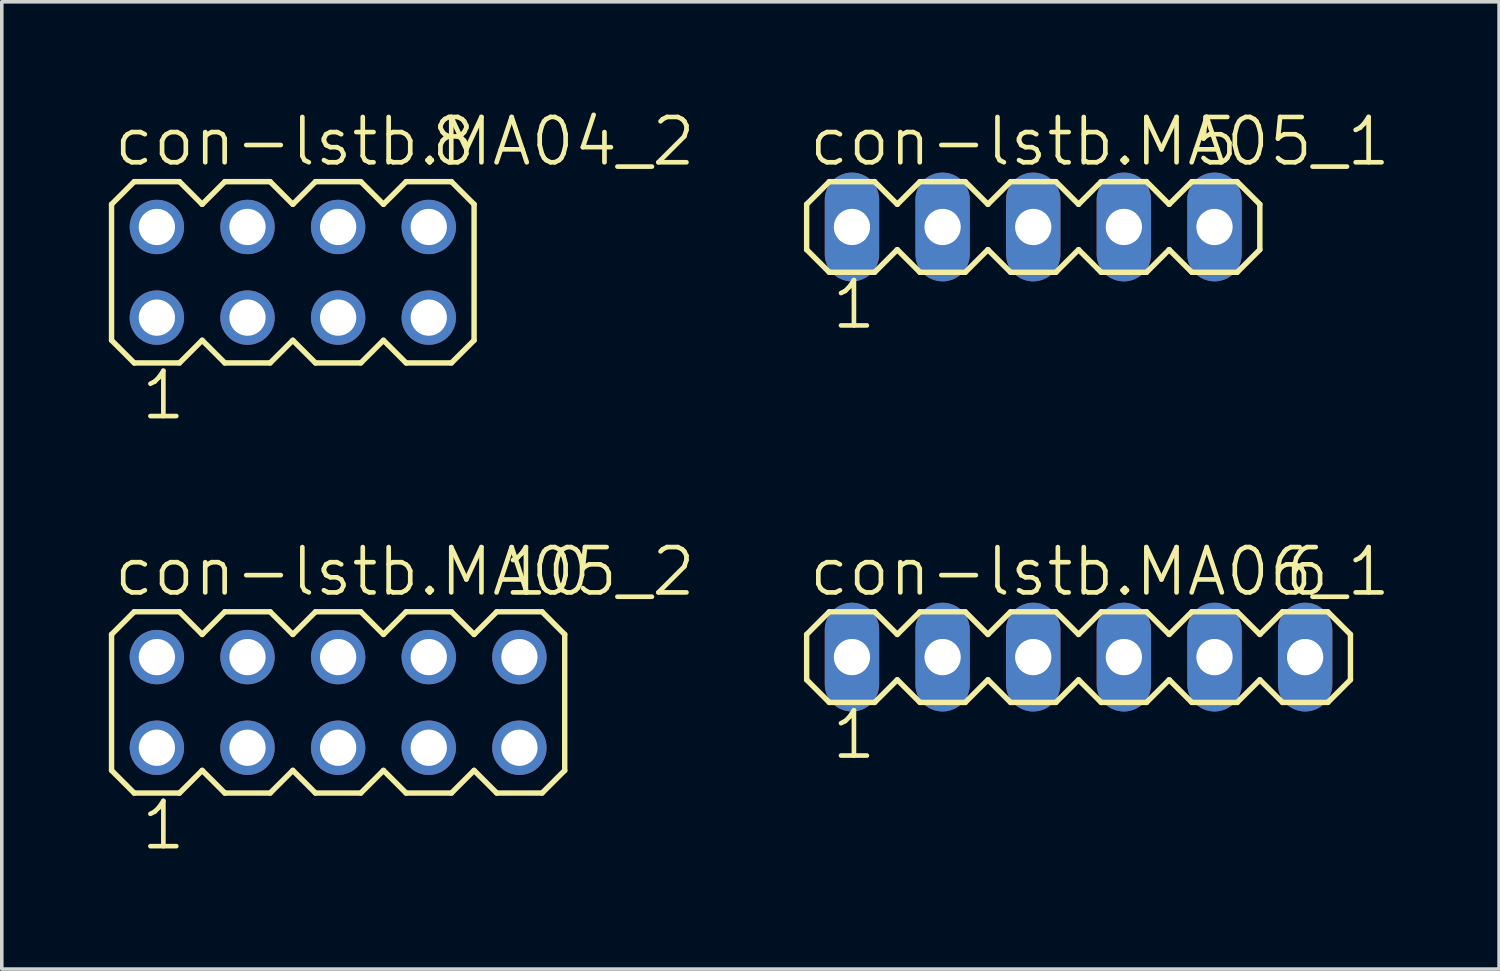
<source format=kicad_pcb>
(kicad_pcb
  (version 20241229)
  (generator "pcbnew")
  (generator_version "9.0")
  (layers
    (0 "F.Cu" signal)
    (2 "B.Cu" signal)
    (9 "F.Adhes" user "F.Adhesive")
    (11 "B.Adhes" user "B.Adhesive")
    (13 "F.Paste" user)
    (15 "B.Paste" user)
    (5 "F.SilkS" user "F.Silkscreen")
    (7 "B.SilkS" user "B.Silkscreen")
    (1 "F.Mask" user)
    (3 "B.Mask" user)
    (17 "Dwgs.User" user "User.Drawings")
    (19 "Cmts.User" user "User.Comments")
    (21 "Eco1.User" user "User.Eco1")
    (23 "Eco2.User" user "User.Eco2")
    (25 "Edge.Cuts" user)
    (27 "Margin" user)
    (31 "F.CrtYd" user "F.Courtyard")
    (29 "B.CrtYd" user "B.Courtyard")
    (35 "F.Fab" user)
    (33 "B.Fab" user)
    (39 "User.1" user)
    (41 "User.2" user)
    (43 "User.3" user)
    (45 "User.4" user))
  (footprint "con-lstb.MA05_2"
    (layer "F.Cu")
    (at 6.426 16.635)
    (property "Reference" "con-lstb.MA05_2" (at -6.35 -2.921 0) (layer "F.SilkS") (effects (font (size 1.27 1.27) (thickness 0.13)) (justify left bottom)))
    (attr through_hole)
    (fp_line (start -6.35 -1.905) (end -6.35 1.905) (stroke (width 0.152) (type default)) (layer "F.SilkS"))
    (fp_line (start -6.35 1.905) (end -5.715 2.54) (stroke (width 0.152) (type default)) (layer "F.SilkS"))
    (fp_line (start -5.715 -2.54) (end -6.35 -1.905) (stroke (width 0.152) (type default)) (layer "F.SilkS"))
    (fp_line (start -5.715 -2.54) (end -4.445 -2.54) (stroke (width 0.152) (type default)) (layer "F.SilkS"))
    (fp_line (start -4.445 -2.54) (end -3.81 -1.905) (stroke (width 0.152) (type default)) (layer "F.SilkS"))
    (fp_line (start -4.445 2.54) (end -5.715 2.54) (stroke (width 0.152) (type default)) (layer "F.SilkS"))
    (fp_line (start -3.81 -1.905) (end -3.175 -2.54) (stroke (width 0.152) (type default)) (layer "F.SilkS"))
    (fp_line (start -3.81 1.905) (end -4.445 2.54) (stroke (width 0.152) (type default)) (layer "F.SilkS"))
    (fp_line (start -3.175 -2.54) (end -1.905 -2.54) (stroke (width 0.152) (type default)) (layer "F.SilkS"))
    (fp_line (start -3.175 2.54) (end -3.81 1.905) (stroke (width 0.152) (type default)) (layer "F.SilkS"))
    (fp_line (start -1.905 -2.54) (end -1.27 -1.905) (stroke (width 0.152) (type default)) (layer "F.SilkS"))
    (fp_line (start -1.905 2.54) (end -3.175 2.54) (stroke (width 0.152) (type default)) (layer "F.SilkS"))
    (fp_line (start -1.27 -1.905) (end -0.635 -2.54) (stroke (width 0.152) (type default)) (layer "F.SilkS"))
    (fp_line (start -1.27 1.905) (end -1.905 2.54) (stroke (width 0.152) (type default)) (layer "F.SilkS"))
    (fp_line (start -0.635 -2.54) (end 0.635 -2.54) (stroke (width 0.152) (type default)) (layer "F.SilkS"))
    (fp_line (start -0.635 2.54) (end -1.27 1.905) (stroke (width 0.152) (type default)) (layer "F.SilkS"))
    (fp_line (start 0.635 -2.54) (end 1.27 -1.905) (stroke (width 0.152) (type default)) (layer "F.SilkS"))
    (fp_line (start 0.635 2.54) (end -0.635 2.54) (stroke (width 0.152) (type default)) (layer "F.SilkS"))
    (fp_line (start 1.27 1.905) (end 0.635 2.54) (stroke (width 0.152) (type default)) (layer "F.SilkS"))
    (fp_line (start 1.27 1.905) (end 1.905 2.54) (stroke (width 0.152) (type default)) (layer "F.SilkS"))
    (fp_line (start 1.905 -2.54) (end 1.27 -1.905) (stroke (width 0.152) (type default)) (layer "F.SilkS"))
    (fp_line (start 1.905 -2.54) (end 3.175 -2.54) (stroke (width 0.152) (type default)) (layer "F.SilkS"))
    (fp_line (start 3.175 -2.54) (end 3.81 -1.905) (stroke (width 0.152) (type default)) (layer "F.SilkS"))
    (fp_line (start 3.175 2.54) (end 1.905 2.54) (stroke (width 0.152) (type default)) (layer "F.SilkS"))
    (fp_line (start 3.81 -1.905) (end 4.445 -2.54) (stroke (width 0.152) (type default)) (layer "F.SilkS"))
    (fp_line (start 3.81 1.905) (end 3.175 2.54) (stroke (width 0.152) (type default)) (layer "F.SilkS"))
    (fp_line (start 4.445 -2.54) (end 5.715 -2.54) (stroke (width 0.152) (type default)) (layer "F.SilkS"))
    (fp_line (start 4.445 2.54) (end 3.81 1.905) (stroke (width 0.152) (type default)) (layer "F.SilkS"))
    (fp_line (start 5.715 -2.54) (end 6.35 -1.905) (stroke (width 0.152) (type default)) (layer "F.SilkS"))
    (fp_line (start 5.715 2.54) (end 4.445 2.54) (stroke (width 0.152) (type default)) (layer "F.SilkS"))
    (fp_line (start 6.35 -1.905) (end 6.35 1.905) (stroke (width 0.152) (type default)) (layer "F.SilkS"))
    (fp_line (start 6.35 1.905) (end 5.715 2.54) (stroke (width 0.152) (type default)) (layer "F.SilkS"))
    (fp_rect (start -5.334 -1.016) (end -4.826 -1.524) (stroke (width 0.05) (type default)) (fill no) (layer "F.Fab"))
    (fp_rect (start -5.334 1.524) (end -4.826 1.016) (stroke (width 0.05) (type default)) (fill no) (layer "F.Fab"))
    (fp_rect (start -2.794 -1.016) (end -2.286 -1.524) (stroke (width 0.05) (type default)) (fill no) (layer "F.Fab"))
    (fp_rect (start -2.794 1.524) (end -2.286 1.016) (stroke (width 0.05) (type default)) (fill no) (layer "F.Fab"))
    (fp_rect (start -0.254 -1.016) (end 0.254 -1.524) (stroke (width 0.05) (type default)) (fill no) (layer "F.Fab"))
    (fp_rect (start -0.254 1.524) (end 0.254 1.016) (stroke (width 0.05) (type default)) (fill no) (layer "F.Fab"))
    (fp_rect (start 2.286 -1.016) (end 2.794 -1.524) (stroke (width 0.05) (type default)) (fill no) (layer "F.Fab"))
    (fp_rect (start 2.286 1.524) (end 2.794 1.016) (stroke (width 0.05) (type default)) (fill no) (layer "F.Fab"))
    (fp_rect (start 4.826 -1.016) (end 5.334 -1.524) (stroke (width 0.05) (type default)) (fill no) (layer "F.Fab"))
    (fp_rect (start 4.826 1.524) (end 5.334 1.016) (stroke (width 0.05) (type default)) (fill no) (layer "F.Fab"))
    (fp_text user "1" (at -5.588 4.191 0) (layer "F.SilkS") (effects (font (size 1.27 1.27) (thickness 0.13)) (justify left bottom)))
    (fp_text user "10" (at 4.572 -2.921 0) (layer "F.SilkS") (effects (font (size 1.27 1.27) (thickness 0.13)) (justify left bottom)))
    (pad "1" thru_hole circle (at -5.08 1.27) (size 1.524 1.524) (drill 1.016) (layers "*.Cu" "*.Mask"))
    (pad "2" thru_hole circle (at -5.08 -1.27) (size 1.524 1.524) (drill 1.016) (layers "*.Cu" "*.Mask"))
    (pad "3" thru_hole circle (at -2.54 1.27) (size 1.524 1.524) (drill 1.016) (layers "*.Cu" "*.Mask"))
    (pad "4" thru_hole circle (at -2.54 -1.27) (size 1.524 1.524) (drill 1.016) (layers "*.Cu" "*.Mask"))
    (pad "5" thru_hole circle (at 0 1.27) (size 1.524 1.524) (drill 1.016) (layers "*.Cu" "*.Mask"))
    (pad "6" thru_hole circle (at 0 -1.27) (size 1.524 1.524) (drill 1.016) (layers "*.Cu" "*.Mask"))
    (pad "7" thru_hole circle (at 2.54 1.27) (size 1.524 1.524) (drill 1.016) (layers "*.Cu" "*.Mask"))
    (pad "8" thru_hole circle (at 2.54 -1.27) (size 1.524 1.524) (drill 1.016) (layers "*.Cu" "*.Mask"))
    (pad "9" thru_hole circle (at 5.08 1.27) (size 1.524 1.524) (drill 1.016) (layers "*.Cu" "*.Mask"))
    (pad "10" thru_hole circle (at 5.08 -1.27) (size 1.524 1.524) (drill 1.016) (layers "*.Cu" "*.Mask")))
  (footprint "con-lstb.MA05_1"
    (layer "F.Cu")
    (at 25.906 3.311)
    (property "Reference" "con-lstb.MA05_1" (at -6.35 -1.651 0) (layer "F.SilkS") (effects (font (size 1.27 1.27) (thickness 0.13)) (justify left bottom)))
    (attr through_hole)
    (fp_line (start -6.35 -0.635) (end -6.35 0.635) (stroke (width 0.152) (type default)) (layer "F.SilkS"))
    (fp_line (start -6.35 0.635) (end -5.715 1.27) (stroke (width 0.152) (type default)) (layer "F.SilkS"))
    (fp_line (start -5.715 -1.27) (end -6.35 -0.635) (stroke (width 0.152) (type default)) (layer "F.SilkS"))
    (fp_line (start -5.715 -1.27) (end -4.445 -1.27) (stroke (width 0.152) (type default)) (layer "F.SilkS"))
    (fp_line (start -4.445 -1.27) (end -3.81 -0.635) (stroke (width 0.152) (type default)) (layer "F.SilkS"))
    (fp_line (start -4.445 1.27) (end -5.715 1.27) (stroke (width 0.152) (type default)) (layer "F.SilkS"))
    (fp_line (start -3.81 -0.635) (end -3.175 -1.27) (stroke (width 0.152) (type default)) (layer "F.SilkS"))
    (fp_line (start -3.81 0.635) (end -4.445 1.27) (stroke (width 0.152) (type default)) (layer "F.SilkS"))
    (fp_line (start -3.175 -1.27) (end -1.905 -1.27) (stroke (width 0.152) (type default)) (layer "F.SilkS"))
    (fp_line (start -3.175 1.27) (end -3.81 0.635) (stroke (width 0.152) (type default)) (layer "F.SilkS"))
    (fp_line (start -1.905 -1.27) (end -1.27 -0.635) (stroke (width 0.152) (type default)) (layer "F.SilkS"))
    (fp_line (start -1.905 1.27) (end -3.175 1.27) (stroke (width 0.152) (type default)) (layer "F.SilkS"))
    (fp_line (start -1.27 -0.635) (end -0.635 -1.27) (stroke (width 0.152) (type default)) (layer "F.SilkS"))
    (fp_line (start -1.27 0.635) (end -1.905 1.27) (stroke (width 0.152) (type default)) (layer "F.SilkS"))
    (fp_line (start -0.635 -1.27) (end 0.635 -1.27) (stroke (width 0.152) (type default)) (layer "F.SilkS"))
    (fp_line (start -0.635 1.27) (end -1.27 0.635) (stroke (width 0.152) (type default)) (layer "F.SilkS"))
    (fp_line (start 0.635 -1.27) (end 1.27 -0.635) (stroke (width 0.152) (type default)) (layer "F.SilkS"))
    (fp_line (start 0.635 1.27) (end -0.635 1.27) (stroke (width 0.152) (type default)) (layer "F.SilkS"))
    (fp_line (start 1.27 0.635) (end 0.635 1.27) (stroke (width 0.152) (type default)) (layer "F.SilkS"))
    (fp_line (start 1.27 0.635) (end 1.905 1.27) (stroke (width 0.152) (type default)) (layer "F.SilkS"))
    (fp_line (start 1.905 -1.27) (end 1.27 -0.635) (stroke (width 0.152) (type default)) (layer "F.SilkS"))
    (fp_line (start 1.905 -1.27) (end 3.175 -1.27) (stroke (width 0.152) (type default)) (layer "F.SilkS"))
    (fp_line (start 3.175 -1.27) (end 3.81 -0.635) (stroke (width 0.152) (type default)) (layer "F.SilkS"))
    (fp_line (start 3.175 1.27) (end 1.905 1.27) (stroke (width 0.152) (type default)) (layer "F.SilkS"))
    (fp_line (start 3.81 -0.635) (end 4.445 -1.27) (stroke (width 0.152) (type default)) (layer "F.SilkS"))
    (fp_line (start 3.81 0.635) (end 3.175 1.27) (stroke (width 0.152) (type default)) (layer "F.SilkS"))
    (fp_line (start 4.445 -1.27) (end 5.715 -1.27) (stroke (width 0.152) (type default)) (layer "F.SilkS"))
    (fp_line (start 4.445 1.27) (end 3.81 0.635) (stroke (width 0.152) (type default)) (layer "F.SilkS"))
    (fp_line (start 5.715 -1.27) (end 6.35 -0.635) (stroke (width 0.152) (type default)) (layer "F.SilkS"))
    (fp_line (start 5.715 1.27) (end 4.445 1.27) (stroke (width 0.152) (type default)) (layer "F.SilkS"))
    (fp_line (start 6.35 -0.635) (end 6.35 0.635) (stroke (width 0.152) (type default)) (layer "F.SilkS"))
    (fp_line (start 6.35 0.635) (end 5.715 1.27) (stroke (width 0.152) (type default)) (layer "F.SilkS"))
    (fp_rect (start -5.334 0.254) (end -4.826 -0.254) (stroke (width 0.05) (type default)) (fill no) (layer "F.Fab"))
    (fp_rect (start -2.794 0.254) (end -2.286 -0.254) (stroke (width 0.05) (type default)) (fill no) (layer "F.Fab"))
    (fp_rect (start -0.254 0.254) (end 0.254 -0.254) (stroke (width 0.05) (type default)) (fill no) (layer "F.Fab"))
    (fp_rect (start 2.286 0.254) (end 2.794 -0.254) (stroke (width 0.05) (type default)) (fill no) (layer "F.Fab"))
    (fp_rect (start 4.826 0.254) (end 5.334 -0.254) (stroke (width 0.05) (type default)) (fill no) (layer "F.Fab"))
    (fp_text user "5" (at 4.445 -1.651 0) (layer "F.SilkS") (effects (font (size 1.27 1.27) (thickness 0.13)) (justify left bottom)))
    (fp_text user "1" (at -5.715 2.921 0) (layer "F.SilkS") (effects (font (size 1.27 1.27) (thickness 0.13)) (justify left bottom)))
    (pad "1" thru_hole oval (at -5.08 0 90) (size 3.048 1.524) (drill 1.016) (layers "*.Cu" "*.Mask"))
    (pad "2" thru_hole oval (at -2.54 0 90) (size 3.048 1.524) (drill 1.016) (layers "*.Cu" "*.Mask"))
    (pad "3" thru_hole oval (at 0 0 90) (size 3.048 1.524) (drill 1.016) (layers "*.Cu" "*.Mask"))
    (pad "4" thru_hole oval (at 2.54 0 90) (size 3.048 1.524) (drill 1.016) (layers "*.Cu" "*.Mask"))
    (pad "5" thru_hole oval (at 5.08 0 90) (size 3.048 1.524) (drill 1.016) (layers "*.Cu" "*.Mask")))
  (footprint "con-lstb.MA04_2"
    (layer "F.Cu")
    (at 5.156 4.581)
    (property "Reference" "con-lstb.MA04_2" (at -5.08 -2.921 0) (layer "F.SilkS") (effects (font (size 1.27 1.27) (thickness 0.13)) (justify left bottom)))
    (attr through_hole)
    (fp_line (start -5.08 -1.905) (end -5.08 1.905) (stroke (width 0.152) (type default)) (layer "F.SilkS"))
    (fp_line (start -5.08 1.905) (end -4.445 2.54) (stroke (width 0.152) (type default)) (layer "F.SilkS"))
    (fp_line (start -4.445 -2.54) (end -5.08 -1.905) (stroke (width 0.152) (type default)) (layer "F.SilkS"))
    (fp_line (start -4.445 -2.54) (end -3.175 -2.54) (stroke (width 0.152) (type default)) (layer "F.SilkS"))
    (fp_line (start -3.175 -2.54) (end -2.54 -1.905) (stroke (width 0.152) (type default)) (layer "F.SilkS"))
    (fp_line (start -3.175 2.54) (end -4.445 2.54) (stroke (width 0.152) (type default)) (layer "F.SilkS"))
    (fp_line (start -2.54 -1.905) (end -1.905 -2.54) (stroke (width 0.152) (type default)) (layer "F.SilkS"))
    (fp_line (start -2.54 1.905) (end -3.175 2.54) (stroke (width 0.152) (type default)) (layer "F.SilkS"))
    (fp_line (start -1.905 -2.54) (end -0.635 -2.54) (stroke (width 0.152) (type default)) (layer "F.SilkS"))
    (fp_line (start -1.905 2.54) (end -2.54 1.905) (stroke (width 0.152) (type default)) (layer "F.SilkS"))
    (fp_line (start -0.635 -2.54) (end 0 -1.905) (stroke (width 0.152) (type default)) (layer "F.SilkS"))
    (fp_line (start -0.635 2.54) (end -1.905 2.54) (stroke (width 0.152) (type default)) (layer "F.SilkS"))
    (fp_line (start 0 -1.905) (end 0.635 -2.54) (stroke (width 0.152) (type default)) (layer "F.SilkS"))
    (fp_line (start 0 1.905) (end -0.635 2.54) (stroke (width 0.152) (type default)) (layer "F.SilkS"))
    (fp_line (start 0.635 -2.54) (end 1.905 -2.54) (stroke (width 0.152) (type default)) (layer "F.SilkS"))
    (fp_line (start 0.635 2.54) (end 0 1.905) (stroke (width 0.152) (type default)) (layer "F.SilkS"))
    (fp_line (start 1.905 -2.54) (end 2.54 -1.905) (stroke (width 0.152) (type default)) (layer "F.SilkS"))
    (fp_line (start 1.905 2.54) (end 0.635 2.54) (stroke (width 0.152) (type default)) (layer "F.SilkS"))
    (fp_line (start 2.54 1.905) (end 1.905 2.54) (stroke (width 0.152) (type default)) (layer "F.SilkS"))
    (fp_line (start 2.54 1.905) (end 3.175 2.54) (stroke (width 0.152) (type default)) (layer "F.SilkS"))
    (fp_line (start 3.175 -2.54) (end 2.54 -1.905) (stroke (width 0.152) (type default)) (layer "F.SilkS"))
    (fp_line (start 3.175 -2.54) (end 4.445 -2.54) (stroke (width 0.152) (type default)) (layer "F.SilkS"))
    (fp_line (start 4.445 -2.54) (end 5.08 -1.905) (stroke (width 0.152) (type default)) (layer "F.SilkS"))
    (fp_line (start 4.445 2.54) (end 3.175 2.54) (stroke (width 0.152) (type default)) (layer "F.SilkS"))
    (fp_line (start 5.08 -1.905) (end 5.08 1.905) (stroke (width 0.152) (type default)) (layer "F.SilkS"))
    (fp_line (start 5.08 1.905) (end 4.445 2.54) (stroke (width 0.152) (type default)) (layer "F.SilkS"))
    (fp_rect (start -4.064 -1.016) (end -3.556 -1.524) (stroke (width 0.05) (type default)) (fill no) (layer "F.Fab"))
    (fp_rect (start -4.064 1.524) (end -3.556 1.016) (stroke (width 0.05) (type default)) (fill no) (layer "F.Fab"))
    (fp_rect (start -1.524 -1.016) (end -1.016 -1.524) (stroke (width 0.05) (type default)) (fill no) (layer "F.Fab"))
    (fp_rect (start -1.524 1.524) (end -1.016 1.016) (stroke (width 0.05) (type default)) (fill no) (layer "F.Fab"))
    (fp_rect (start 1.016 -1.016) (end 1.524 -1.524) (stroke (width 0.05) (type default)) (fill no) (layer "F.Fab"))
    (fp_rect (start 1.016 1.524) (end 1.524 1.016) (stroke (width 0.05) (type default)) (fill no) (layer "F.Fab"))
    (fp_rect (start 3.556 -1.016) (end 4.064 -1.524) (stroke (width 0.05) (type default)) (fill no) (layer "F.Fab"))
    (fp_rect (start 3.556 1.524) (end 4.064 1.016) (stroke (width 0.05) (type default)) (fill no) (layer "F.Fab"))
    (fp_text user "1" (at -4.318 4.191 0) (layer "F.SilkS") (effects (font (size 1.27 1.27) (thickness 0.13)) (justify left bottom)))
    (fp_text user "8" (at 3.81 -2.921 0) (layer "F.SilkS") (effects (font (size 1.27 1.27) (thickness 0.13)) (justify left bottom)))
    (pad "1" thru_hole circle (at -3.81 1.27) (size 1.524 1.524) (drill 1.016) (layers "*.Cu" "*.Mask"))
    (pad "2" thru_hole circle (at -3.81 -1.27) (size 1.524 1.524) (drill 1.016) (layers "*.Cu" "*.Mask"))
    (pad "3" thru_hole circle (at -1.27 1.27) (size 1.524 1.524) (drill 1.016) (layers "*.Cu" "*.Mask"))
    (pad "4" thru_hole circle (at -1.27 -1.27) (size 1.524 1.524) (drill 1.016) (layers "*.Cu" "*.Mask"))
    (pad "5" thru_hole circle (at 1.27 1.27) (size 1.524 1.524) (drill 1.016) (layers "*.Cu" "*.Mask"))
    (pad "6" thru_hole circle (at 1.27 -1.27) (size 1.524 1.524) (drill 1.016) (layers "*.Cu" "*.Mask"))
    (pad "7" thru_hole circle (at 3.81 1.27) (size 1.524 1.524) (drill 1.016) (layers "*.Cu" "*.Mask"))
    (pad "8" thru_hole circle (at 3.81 -1.27) (size 1.524 1.524) (drill 1.016) (layers "*.Cu" "*.Mask")))
  (footprint "con-lstb.MA06_1"
    (layer "F.Cu")
    (at 27.176 15.365)
    (property "Reference" "con-lstb.MA06_1" (at -7.62 -1.651 0) (layer "F.SilkS") (effects (font (size 1.27 1.27) (thickness 0.13)) (justify left bottom)))
    (attr through_hole)
    (fp_line (start -7.62 -0.635) (end -7.62 0.635) (stroke (width 0.152) (type default)) (layer "F.SilkS"))
    (fp_line (start -7.62 0.635) (end -6.985 1.27) (stroke (width 0.152) (type default)) (layer "F.SilkS"))
    (fp_line (start -6.985 -1.27) (end -7.62 -0.635) (stroke (width 0.152) (type default)) (layer "F.SilkS"))
    (fp_line (start -6.985 -1.27) (end -5.715 -1.27) (stroke (width 0.152) (type default)) (layer "F.SilkS"))
    (fp_line (start -5.715 -1.27) (end -5.08 -0.635) (stroke (width 0.152) (type default)) (layer "F.SilkS"))
    (fp_line (start -5.715 1.27) (end -6.985 1.27) (stroke (width 0.152) (type default)) (layer "F.SilkS"))
    (fp_line (start -5.08 -0.635) (end -4.445 -1.27) (stroke (width 0.152) (type default)) (layer "F.SilkS"))
    (fp_line (start -5.08 0.635) (end -5.715 1.27) (stroke (width 0.152) (type default)) (layer "F.SilkS"))
    (fp_line (start -4.445 -1.27) (end -3.175 -1.27) (stroke (width 0.152) (type default)) (layer "F.SilkS"))
    (fp_line (start -4.445 1.27) (end -5.08 0.635) (stroke (width 0.152) (type default)) (layer "F.SilkS"))
    (fp_line (start -3.175 -1.27) (end -2.54 -0.635) (stroke (width 0.152) (type default)) (layer "F.SilkS"))
    (fp_line (start -3.175 1.27) (end -4.445 1.27) (stroke (width 0.152) (type default)) (layer "F.SilkS"))
    (fp_line (start -2.54 -0.635) (end -1.905 -1.27) (stroke (width 0.152) (type default)) (layer "F.SilkS"))
    (fp_line (start -2.54 0.635) (end -3.175 1.27) (stroke (width 0.152) (type default)) (layer "F.SilkS"))
    (fp_line (start -1.905 -1.27) (end -0.635 -1.27) (stroke (width 0.152) (type default)) (layer "F.SilkS"))
    (fp_line (start -1.905 1.27) (end -2.54 0.635) (stroke (width 0.152) (type default)) (layer "F.SilkS"))
    (fp_line (start -0.635 -1.27) (end 0 -0.635) (stroke (width 0.152) (type default)) (layer "F.SilkS"))
    (fp_line (start -0.635 1.27) (end -1.905 1.27) (stroke (width 0.152) (type default)) (layer "F.SilkS"))
    (fp_line (start 0 0.635) (end -0.635 1.27) (stroke (width 0.152) (type default)) (layer "F.SilkS"))
    (fp_line (start 0 0.635) (end 0.635 1.27) (stroke (width 0.152) (type default)) (layer "F.SilkS"))
    (fp_line (start 0.635 -1.27) (end 0 -0.635) (stroke (width 0.152) (type default)) (layer "F.SilkS"))
    (fp_line (start 0.635 -1.27) (end 1.905 -1.27) (stroke (width 0.152) (type default)) (layer "F.SilkS"))
    (fp_line (start 1.905 -1.27) (end 2.54 -0.635) (stroke (width 0.152) (type default)) (layer "F.SilkS"))
    (fp_line (start 1.905 1.27) (end 0.635 1.27) (stroke (width 0.152) (type default)) (layer "F.SilkS"))
    (fp_line (start 2.54 -0.635) (end 3.175 -1.27) (stroke (width 0.152) (type default)) (layer "F.SilkS"))
    (fp_line (start 2.54 0.635) (end 1.905 1.27) (stroke (width 0.152) (type default)) (layer "F.SilkS"))
    (fp_line (start 3.175 -1.27) (end 4.445 -1.27) (stroke (width 0.152) (type default)) (layer "F.SilkS"))
    (fp_line (start 3.175 1.27) (end 2.54 0.635) (stroke (width 0.152) (type default)) (layer "F.SilkS"))
    (fp_line (start 4.445 -1.27) (end 5.08 -0.635) (stroke (width 0.152) (type default)) (layer "F.SilkS"))
    (fp_line (start 4.445 1.27) (end 3.175 1.27) (stroke (width 0.152) (type default)) (layer "F.SilkS"))
    (fp_line (start 5.08 -0.635) (end 5.715 -1.27) (stroke (width 0.152) (type default)) (layer "F.SilkS"))
    (fp_line (start 5.08 0.635) (end 4.445 1.27) (stroke (width 0.152) (type default)) (layer "F.SilkS"))
    (fp_line (start 5.715 -1.27) (end 6.985 -1.27) (stroke (width 0.152) (type default)) (layer "F.SilkS"))
    (fp_line (start 5.715 1.27) (end 5.08 0.635) (stroke (width 0.152) (type default)) (layer "F.SilkS"))
    (fp_line (start 6.985 -1.27) (end 7.62 -0.635) (stroke (width 0.152) (type default)) (layer "F.SilkS"))
    (fp_line (start 6.985 1.27) (end 5.715 1.27) (stroke (width 0.152) (type default)) (layer "F.SilkS"))
    (fp_line (start 7.62 -0.635) (end 7.62 0.635) (stroke (width 0.152) (type default)) (layer "F.SilkS"))
    (fp_line (start 7.62 0.635) (end 6.985 1.27) (stroke (width 0.152) (type default)) (layer "F.SilkS"))
    (fp_rect (start -6.604 0.254) (end -6.096 -0.254) (stroke (width 0.05) (type default)) (fill no) (layer "F.Fab"))
    (fp_rect (start -4.064 0.254) (end -3.556 -0.254) (stroke (width 0.05) (type default)) (fill no) (layer "F.Fab"))
    (fp_rect (start -1.524 0.254) (end -1.016 -0.254) (stroke (width 0.05) (type default)) (fill no) (layer "F.Fab"))
    (fp_rect (start 1.016 0.254) (end 1.524 -0.254) (stroke (width 0.05) (type default)) (fill no) (layer "F.Fab"))
    (fp_rect (start 3.556 0.254) (end 4.064 -0.254) (stroke (width 0.05) (type default)) (fill no) (layer "F.Fab"))
    (fp_rect (start 6.096 0.254) (end 6.604 -0.254) (stroke (width 0.05) (type default)) (fill no) (layer "F.Fab"))
    (fp_text user "1" (at -6.985 2.921 0) (layer "F.SilkS") (effects (font (size 1.27 1.27) (thickness 0.13)) (justify left bottom)))
    (fp_text user "6" (at 5.715 -1.651 0) (layer "F.SilkS") (effects (font (size 1.27 1.27) (thickness 0.13)) (justify left bottom)))
    (pad "1" thru_hole oval (at -6.35 0 90) (size 3.048 1.524) (drill 1.016) (layers "*.Cu" "*.Mask"))
    (pad "2" thru_hole oval (at -3.81 0 90) (size 3.048 1.524) (drill 1.016) (layers "*.Cu" "*.Mask"))
    (pad "3" thru_hole oval (at -1.27 0 90) (size 3.048 1.524) (drill 1.016) (layers "*.Cu" "*.Mask"))
    (pad "4" thru_hole oval (at 1.27 0 90) (size 3.048 1.524) (drill 1.016) (layers "*.Cu" "*.Mask"))
    (pad "5" thru_hole oval (at 3.81 0 90) (size 3.048 1.524) (drill 1.016) (layers "*.Cu" "*.Mask"))
    (pad "6" thru_hole oval (at 6.35 0 90) (size 3.048 1.524) (drill 1.016) (layers "*.Cu" "*.Mask")))
  (gr_rect
    (start -3 -3)
    (end 38.961 24.108)
    (stroke (width 0.1) (type default))
    (fill no)
    (layer "Edge.Cuts")))
</source>
